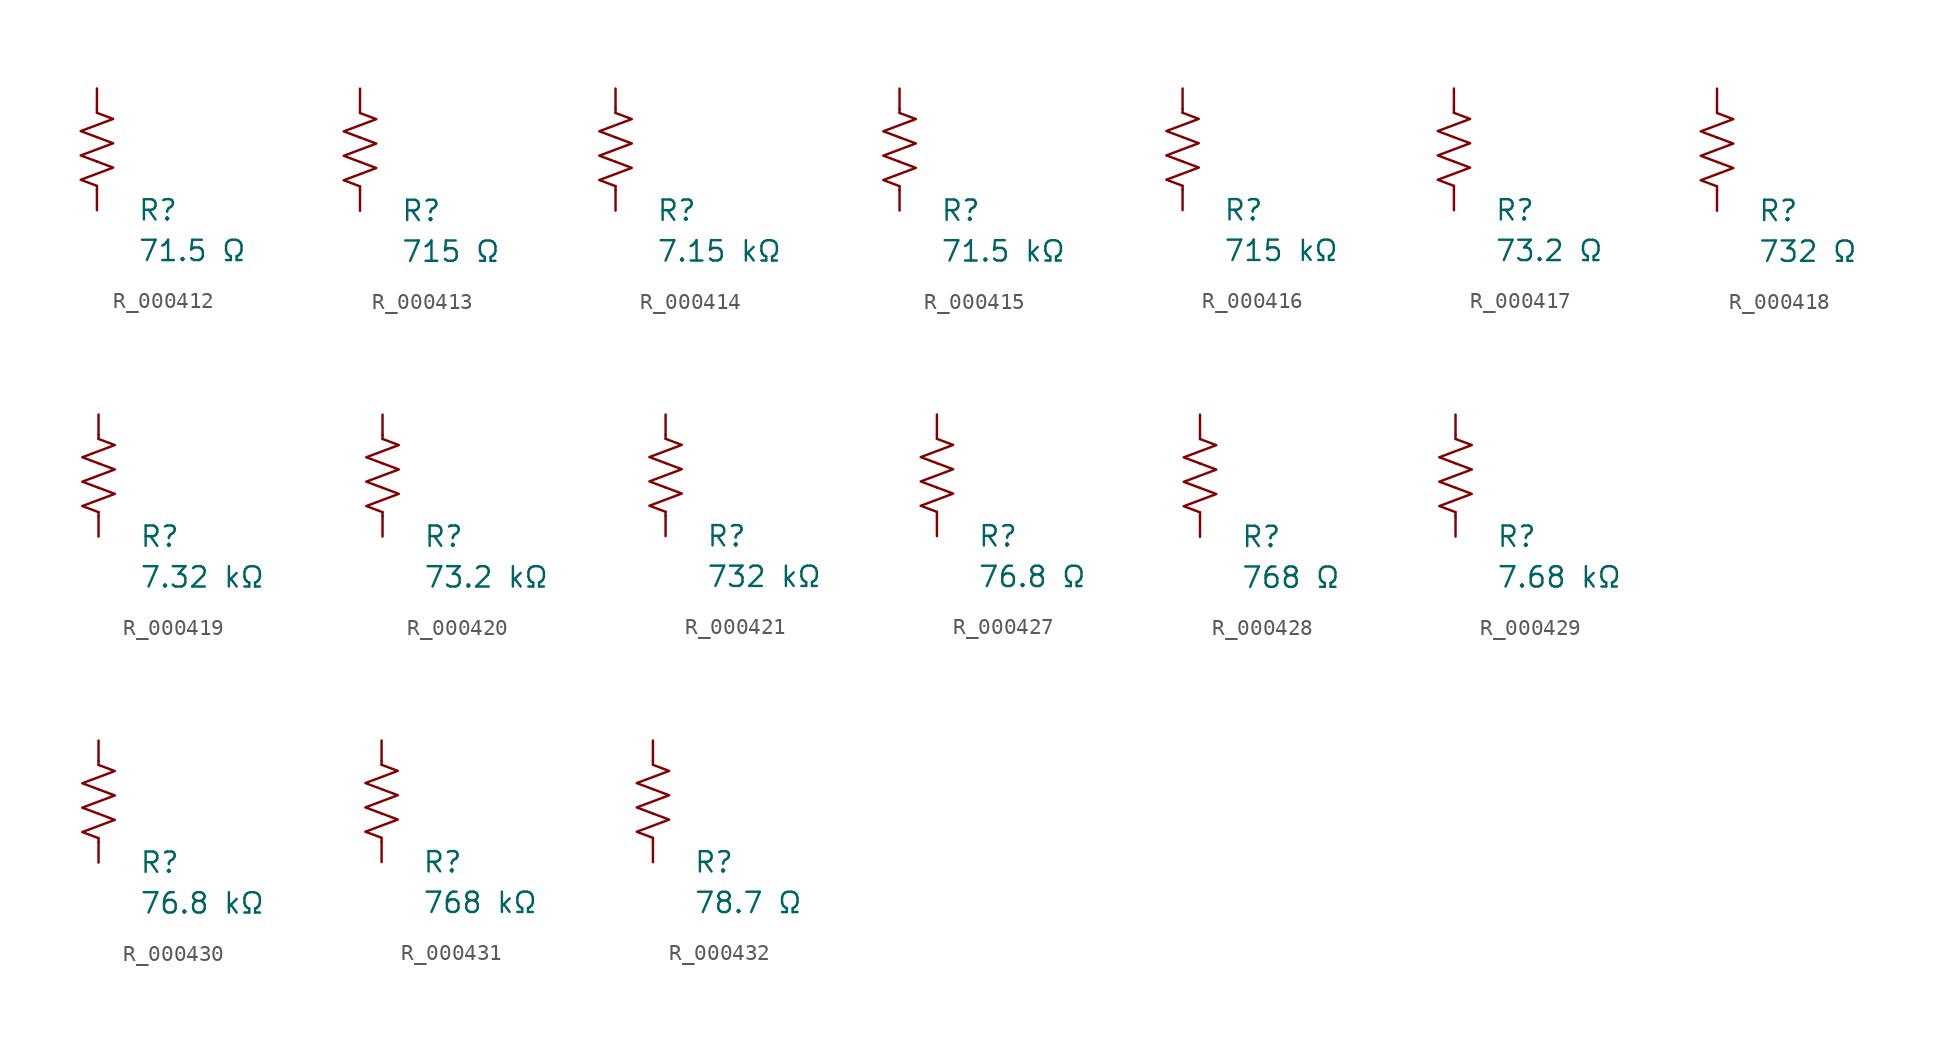
<source format=kicad_sym>
(kicad_symbol_lib
  (version 20231120)
  (generator "kicad_symbol_editor")
  (generator_version "8.0")
  (symbol "R_000412"
    (pin_numbers hide)
    (pin_names
      (offset 0))
    (property "Reference" "R"
      (at 2.54 -3.81 0)
      (effects (font (size 1.27 1.27)) (justify left))
      (show_name no))
    (property "Value" "71.5 Ω"
      (at 2.54 -6.35 0)
      (effects (font (size 1.27 1.27)) (justify left))
      (show_name no))
    (symbol "R_000412_0_1"
      (polyline (pts (xy 0 -2.286) (xy 0 -2.54)) (stroke (width 0) (type default)) (fill (type none)))
      (polyline (pts (xy 0 2.286) (xy 0 2.54)) (stroke (width 0) (type default)) (fill (type none)))
      (polyline (pts (xy 0 -0.762) (xy 1.016 -1.143) (xy 0 -1.524) (xy -1.016 -1.905) (xy 0 -2.286)) (stroke (width 0) (type default)) (fill (type none)))
      (polyline (pts (xy 0 0.762) (xy 1.016 0.381) (xy 0 0) (xy -1.016 -0.381) (xy 0 -0.762)) (stroke (width 0) (type default)) (fill (type none)))
      (polyline (pts (xy 0 2.286) (xy 1.016 1.905) (xy 0 1.524) (xy -1.016 1.143) (xy 0 0.762)) (stroke (width 0) (type default)) (fill (type none))))
    (symbol "R_000412_1_1"
      (pin passive line (at 0 3.81 270) (length 1.27) (name "~" (effects (font (size 1.27 1.27)))) (number "1" (effects (font (size 1.27 1.27)))))
      (pin passive line (at 0 -3.81 90) (length 1.27) (name "~" (effects (font (size 1.27 1.27)))) (number "2" (effects (font (size 1.27 1.27)))))))
  (symbol "R_000413"
    (pin_numbers hide)
    (pin_names
      (offset 0))
    (property "Reference" "R"
      (at 2.54 -3.81 0)
      (effects (font (size 1.27 1.27)) (justify left))
      (show_name no))
    (property "Value" "715 Ω"
      (at 2.54 -6.35 0)
      (effects (font (size 1.27 1.27)) (justify left))
      (show_name no))
    (symbol "R_000413_0_1"
      (polyline (pts (xy 0 -2.286) (xy 0 -2.54)) (stroke (width 0) (type default)) (fill (type none)))
      (polyline (pts (xy 0 2.286) (xy 0 2.54)) (stroke (width 0) (type default)) (fill (type none)))
      (polyline (pts (xy 0 -0.762) (xy 1.016 -1.143) (xy 0 -1.524) (xy -1.016 -1.905) (xy 0 -2.286)) (stroke (width 0) (type default)) (fill (type none)))
      (polyline (pts (xy 0 0.762) (xy 1.016 0.381) (xy 0 0) (xy -1.016 -0.381) (xy 0 -0.762)) (stroke (width 0) (type default)) (fill (type none)))
      (polyline (pts (xy 0 2.286) (xy 1.016 1.905) (xy 0 1.524) (xy -1.016 1.143) (xy 0 0.762)) (stroke (width 0) (type default)) (fill (type none))))
    (symbol "R_000413_1_1"
      (pin passive line (at 0 3.81 270) (length 1.27) (name "~" (effects (font (size 1.27 1.27)))) (number "1" (effects (font (size 1.27 1.27)))))
      (pin passive line (at 0 -3.81 90) (length 1.27) (name "~" (effects (font (size 1.27 1.27)))) (number "2" (effects (font (size 1.27 1.27)))))))
  (symbol "R_000414"
    (pin_numbers hide)
    (pin_names
      (offset 0))
    (property "Reference" "R"
      (at 2.54 -3.81 0)
      (effects (font (size 1.27 1.27)) (justify left))
      (show_name no))
    (property "Value" "7.15 kΩ"
      (at 2.54 -6.35 0)
      (effects (font (size 1.27 1.27)) (justify left))
      (show_name no))
    (symbol "R_000414_0_1"
      (polyline (pts (xy 0 -2.286) (xy 0 -2.54)) (stroke (width 0) (type default)) (fill (type none)))
      (polyline (pts (xy 0 2.286) (xy 0 2.54)) (stroke (width 0) (type default)) (fill (type none)))
      (polyline (pts (xy 0 -0.762) (xy 1.016 -1.143) (xy 0 -1.524) (xy -1.016 -1.905) (xy 0 -2.286)) (stroke (width 0) (type default)) (fill (type none)))
      (polyline (pts (xy 0 0.762) (xy 1.016 0.381) (xy 0 0) (xy -1.016 -0.381) (xy 0 -0.762)) (stroke (width 0) (type default)) (fill (type none)))
      (polyline (pts (xy 0 2.286) (xy 1.016 1.905) (xy 0 1.524) (xy -1.016 1.143) (xy 0 0.762)) (stroke (width 0) (type default)) (fill (type none))))
    (symbol "R_000414_1_1"
      (pin passive line (at 0 3.81 270) (length 1.27) (name "~" (effects (font (size 1.27 1.27)))) (number "1" (effects (font (size 1.27 1.27)))))
      (pin passive line (at 0 -3.81 90) (length 1.27) (name "~" (effects (font (size 1.27 1.27)))) (number "2" (effects (font (size 1.27 1.27)))))))
  (symbol "R_000415"
    (pin_numbers hide)
    (pin_names
      (offset 0))
    (property "Reference" "R"
      (at 2.54 -3.81 0)
      (effects (font (size 1.27 1.27)) (justify left))
      (show_name no))
    (property "Value" "71.5 kΩ"
      (at 2.54 -6.35 0)
      (effects (font (size 1.27 1.27)) (justify left))
      (show_name no))
    (symbol "R_000415_0_1"
      (polyline (pts (xy 0 -2.286) (xy 0 -2.54)) (stroke (width 0) (type default)) (fill (type none)))
      (polyline (pts (xy 0 2.286) (xy 0 2.54)) (stroke (width 0) (type default)) (fill (type none)))
      (polyline (pts (xy 0 -0.762) (xy 1.016 -1.143) (xy 0 -1.524) (xy -1.016 -1.905) (xy 0 -2.286)) (stroke (width 0) (type default)) (fill (type none)))
      (polyline (pts (xy 0 0.762) (xy 1.016 0.381) (xy 0 0) (xy -1.016 -0.381) (xy 0 -0.762)) (stroke (width 0) (type default)) (fill (type none)))
      (polyline (pts (xy 0 2.286) (xy 1.016 1.905) (xy 0 1.524) (xy -1.016 1.143) (xy 0 0.762)) (stroke (width 0) (type default)) (fill (type none))))
    (symbol "R_000415_1_1"
      (pin passive line (at 0 3.81 270) (length 1.27) (name "~" (effects (font (size 1.27 1.27)))) (number "1" (effects (font (size 1.27 1.27)))))
      (pin passive line (at 0 -3.81 90) (length 1.27) (name "~" (effects (font (size 1.27 1.27)))) (number "2" (effects (font (size 1.27 1.27)))))))
  (symbol "R_000416"
    (pin_numbers hide)
    (pin_names
      (offset 0))
    (property "Reference" "R"
      (at 2.54 -3.81 0)
      (effects (font (size 1.27 1.27)) (justify left))
      (show_name no))
    (property "Value" "715 kΩ"
      (at 2.54 -6.35 0)
      (effects (font (size 1.27 1.27)) (justify left))
      (show_name no))
    (symbol "R_000416_0_1"
      (polyline (pts (xy 0 -2.286) (xy 0 -2.54)) (stroke (width 0) (type default)) (fill (type none)))
      (polyline (pts (xy 0 2.286) (xy 0 2.54)) (stroke (width 0) (type default)) (fill (type none)))
      (polyline (pts (xy 0 -0.762) (xy 1.016 -1.143) (xy 0 -1.524) (xy -1.016 -1.905) (xy 0 -2.286)) (stroke (width 0) (type default)) (fill (type none)))
      (polyline (pts (xy 0 0.762) (xy 1.016 0.381) (xy 0 0) (xy -1.016 -0.381) (xy 0 -0.762)) (stroke (width 0) (type default)) (fill (type none)))
      (polyline (pts (xy 0 2.286) (xy 1.016 1.905) (xy 0 1.524) (xy -1.016 1.143) (xy 0 0.762)) (stroke (width 0) (type default)) (fill (type none))))
    (symbol "R_000416_1_1"
      (pin passive line (at 0 3.81 270) (length 1.27) (name "~" (effects (font (size 1.27 1.27)))) (number "1" (effects (font (size 1.27 1.27)))))
      (pin passive line (at 0 -3.81 90) (length 1.27) (name "~" (effects (font (size 1.27 1.27)))) (number "2" (effects (font (size 1.27 1.27)))))))
  (symbol "R_000417"
    (pin_numbers hide)
    (pin_names
      (offset 0))
    (property "Reference" "R"
      (at 2.54 -3.81 0)
      (effects (font (size 1.27 1.27)) (justify left))
      (show_name no))
    (property "Value" "73.2 Ω"
      (at 2.54 -6.35 0)
      (effects (font (size 1.27 1.27)) (justify left))
      (show_name no))
    (symbol "R_000417_0_1"
      (polyline (pts (xy 0 -2.286) (xy 0 -2.54)) (stroke (width 0) (type default)) (fill (type none)))
      (polyline (pts (xy 0 2.286) (xy 0 2.54)) (stroke (width 0) (type default)) (fill (type none)))
      (polyline (pts (xy 0 -0.762) (xy 1.016 -1.143) (xy 0 -1.524) (xy -1.016 -1.905) (xy 0 -2.286)) (stroke (width 0) (type default)) (fill (type none)))
      (polyline (pts (xy 0 0.762) (xy 1.016 0.381) (xy 0 0) (xy -1.016 -0.381) (xy 0 -0.762)) (stroke (width 0) (type default)) (fill (type none)))
      (polyline (pts (xy 0 2.286) (xy 1.016 1.905) (xy 0 1.524) (xy -1.016 1.143) (xy 0 0.762)) (stroke (width 0) (type default)) (fill (type none))))
    (symbol "R_000417_1_1"
      (pin passive line (at 0 3.81 270) (length 1.27) (name "~" (effects (font (size 1.27 1.27)))) (number "1" (effects (font (size 1.27 1.27)))))
      (pin passive line (at 0 -3.81 90) (length 1.27) (name "~" (effects (font (size 1.27 1.27)))) (number "2" (effects (font (size 1.27 1.27)))))))
  (symbol "R_000418"
    (pin_numbers hide)
    (pin_names
      (offset 0))
    (property "Reference" "R"
      (at 2.54 -3.81 0)
      (effects (font (size 1.27 1.27)) (justify left))
      (show_name no))
    (property "Value" "732 Ω"
      (at 2.54 -6.35 0)
      (effects (font (size 1.27 1.27)) (justify left))
      (show_name no))
    (symbol "R_000418_0_1"
      (polyline (pts (xy 0 -2.286) (xy 0 -2.54)) (stroke (width 0) (type default)) (fill (type none)))
      (polyline (pts (xy 0 2.286) (xy 0 2.54)) (stroke (width 0) (type default)) (fill (type none)))
      (polyline (pts (xy 0 -0.762) (xy 1.016 -1.143) (xy 0 -1.524) (xy -1.016 -1.905) (xy 0 -2.286)) (stroke (width 0) (type default)) (fill (type none)))
      (polyline (pts (xy 0 0.762) (xy 1.016 0.381) (xy 0 0) (xy -1.016 -0.381) (xy 0 -0.762)) (stroke (width 0) (type default)) (fill (type none)))
      (polyline (pts (xy 0 2.286) (xy 1.016 1.905) (xy 0 1.524) (xy -1.016 1.143) (xy 0 0.762)) (stroke (width 0) (type default)) (fill (type none))))
    (symbol "R_000418_1_1"
      (pin passive line (at 0 3.81 270) (length 1.27) (name "~" (effects (font (size 1.27 1.27)))) (number "1" (effects (font (size 1.27 1.27)))))
      (pin passive line (at 0 -3.81 90) (length 1.27) (name "~" (effects (font (size 1.27 1.27)))) (number "2" (effects (font (size 1.27 1.27)))))))
  (symbol "R_000419"
    (pin_numbers hide)
    (pin_names
      (offset 0))
    (property "Reference" "R"
      (at 2.54 -3.81 0)
      (effects (font (size 1.27 1.27)) (justify left))
      (show_name no))
    (property "Value" "7.32 kΩ"
      (at 2.54 -6.35 0)
      (effects (font (size 1.27 1.27)) (justify left))
      (show_name no))
    (symbol "R_000419_0_1"
      (polyline (pts (xy 0 -2.286) (xy 0 -2.54)) (stroke (width 0) (type default)) (fill (type none)))
      (polyline (pts (xy 0 2.286) (xy 0 2.54)) (stroke (width 0) (type default)) (fill (type none)))
      (polyline (pts (xy 0 -0.762) (xy 1.016 -1.143) (xy 0 -1.524) (xy -1.016 -1.905) (xy 0 -2.286)) (stroke (width 0) (type default)) (fill (type none)))
      (polyline (pts (xy 0 0.762) (xy 1.016 0.381) (xy 0 0) (xy -1.016 -0.381) (xy 0 -0.762)) (stroke (width 0) (type default)) (fill (type none)))
      (polyline (pts (xy 0 2.286) (xy 1.016 1.905) (xy 0 1.524) (xy -1.016 1.143) (xy 0 0.762)) (stroke (width 0) (type default)) (fill (type none))))
    (symbol "R_000419_1_1"
      (pin passive line (at 0 3.81 270) (length 1.27) (name "~" (effects (font (size 1.27 1.27)))) (number "1" (effects (font (size 1.27 1.27)))))
      (pin passive line (at 0 -3.81 90) (length 1.27) (name "~" (effects (font (size 1.27 1.27)))) (number "2" (effects (font (size 1.27 1.27)))))))
  (symbol "R_000420"
    (pin_numbers hide)
    (pin_names
      (offset 0))
    (property "Reference" "R"
      (at 2.54 -3.81 0)
      (effects (font (size 1.27 1.27)) (justify left))
      (show_name no))
    (property "Value" "73.2 kΩ"
      (at 2.54 -6.35 0)
      (effects (font (size 1.27 1.27)) (justify left))
      (show_name no))
    (symbol "R_000420_0_1"
      (polyline (pts (xy 0 -2.286) (xy 0 -2.54)) (stroke (width 0) (type default)) (fill (type none)))
      (polyline (pts (xy 0 2.286) (xy 0 2.54)) (stroke (width 0) (type default)) (fill (type none)))
      (polyline (pts (xy 0 -0.762) (xy 1.016 -1.143) (xy 0 -1.524) (xy -1.016 -1.905) (xy 0 -2.286)) (stroke (width 0) (type default)) (fill (type none)))
      (polyline (pts (xy 0 0.762) (xy 1.016 0.381) (xy 0 0) (xy -1.016 -0.381) (xy 0 -0.762)) (stroke (width 0) (type default)) (fill (type none)))
      (polyline (pts (xy 0 2.286) (xy 1.016 1.905) (xy 0 1.524) (xy -1.016 1.143) (xy 0 0.762)) (stroke (width 0) (type default)) (fill (type none))))
    (symbol "R_000420_1_1"
      (pin passive line (at 0 3.81 270) (length 1.27) (name "~" (effects (font (size 1.27 1.27)))) (number "1" (effects (font (size 1.27 1.27)))))
      (pin passive line (at 0 -3.81 90) (length 1.27) (name "~" (effects (font (size 1.27 1.27)))) (number "2" (effects (font (size 1.27 1.27)))))))
  (symbol "R_000421"
    (pin_numbers hide)
    (pin_names
      (offset 0))
    (property "Reference" "R"
      (at 2.54 -3.81 0)
      (effects (font (size 1.27 1.27)) (justify left))
      (show_name no))
    (property "Value" "732 kΩ"
      (at 2.54 -6.35 0)
      (effects (font (size 1.27 1.27)) (justify left))
      (show_name no))
    (symbol "R_000421_0_1"
      (polyline (pts (xy 0 -2.286) (xy 0 -2.54)) (stroke (width 0) (type default)) (fill (type none)))
      (polyline (pts (xy 0 2.286) (xy 0 2.54)) (stroke (width 0) (type default)) (fill (type none)))
      (polyline (pts (xy 0 -0.762) (xy 1.016 -1.143) (xy 0 -1.524) (xy -1.016 -1.905) (xy 0 -2.286)) (stroke (width 0) (type default)) (fill (type none)))
      (polyline (pts (xy 0 0.762) (xy 1.016 0.381) (xy 0 0) (xy -1.016 -0.381) (xy 0 -0.762)) (stroke (width 0) (type default)) (fill (type none)))
      (polyline (pts (xy 0 2.286) (xy 1.016 1.905) (xy 0 1.524) (xy -1.016 1.143) (xy 0 0.762)) (stroke (width 0) (type default)) (fill (type none))))
    (symbol "R_000421_1_1"
      (pin passive line (at 0 3.81 270) (length 1.27) (name "~" (effects (font (size 1.27 1.27)))) (number "1" (effects (font (size 1.27 1.27)))))
      (pin passive line (at 0 -3.81 90) (length 1.27) (name "~" (effects (font (size 1.27 1.27)))) (number "2" (effects (font (size 1.27 1.27)))))))
  (symbol "R_000427"
    (pin_numbers hide)
    (pin_names
      (offset 0))
    (property "Reference" "R"
      (at 2.54 -3.81 0)
      (effects (font (size 1.27 1.27)) (justify left))
      (show_name no))
    (property "Value" "76.8 Ω"
      (at 2.54 -6.35 0)
      (effects (font (size 1.27 1.27)) (justify left))
      (show_name no))
    (symbol "R_000427_0_1"
      (polyline (pts (xy 0 -2.286) (xy 0 -2.54)) (stroke (width 0) (type default)) (fill (type none)))
      (polyline (pts (xy 0 2.286) (xy 0 2.54)) (stroke (width 0) (type default)) (fill (type none)))
      (polyline (pts (xy 0 -0.762) (xy 1.016 -1.143) (xy 0 -1.524) (xy -1.016 -1.905) (xy 0 -2.286)) (stroke (width 0) (type default)) (fill (type none)))
      (polyline (pts (xy 0 0.762) (xy 1.016 0.381) (xy 0 0) (xy -1.016 -0.381) (xy 0 -0.762)) (stroke (width 0) (type default)) (fill (type none)))
      (polyline (pts (xy 0 2.286) (xy 1.016 1.905) (xy 0 1.524) (xy -1.016 1.143) (xy 0 0.762)) (stroke (width 0) (type default)) (fill (type none))))
    (symbol "R_000427_1_1"
      (pin passive line (at 0 3.81 270) (length 1.27) (name "~" (effects (font (size 1.27 1.27)))) (number "1" (effects (font (size 1.27 1.27)))))
      (pin passive line (at 0 -3.81 90) (length 1.27) (name "~" (effects (font (size 1.27 1.27)))) (number "2" (effects (font (size 1.27 1.27)))))))
  (symbol "R_000428"
    (pin_numbers hide)
    (pin_names
      (offset 0))
    (property "Reference" "R"
      (at 2.54 -3.81 0)
      (effects (font (size 1.27 1.27)) (justify left))
      (show_name no))
    (property "Value" "768 Ω"
      (at 2.54 -6.35 0)
      (effects (font (size 1.27 1.27)) (justify left))
      (show_name no))
    (symbol "R_000428_0_1"
      (polyline (pts (xy 0 -2.286) (xy 0 -2.54)) (stroke (width 0) (type default)) (fill (type none)))
      (polyline (pts (xy 0 2.286) (xy 0 2.54)) (stroke (width 0) (type default)) (fill (type none)))
      (polyline (pts (xy 0 -0.762) (xy 1.016 -1.143) (xy 0 -1.524) (xy -1.016 -1.905) (xy 0 -2.286)) (stroke (width 0) (type default)) (fill (type none)))
      (polyline (pts (xy 0 0.762) (xy 1.016 0.381) (xy 0 0) (xy -1.016 -0.381) (xy 0 -0.762)) (stroke (width 0) (type default)) (fill (type none)))
      (polyline (pts (xy 0 2.286) (xy 1.016 1.905) (xy 0 1.524) (xy -1.016 1.143) (xy 0 0.762)) (stroke (width 0) (type default)) (fill (type none))))
    (symbol "R_000428_1_1"
      (pin passive line (at 0 3.81 270) (length 1.27) (name "~" (effects (font (size 1.27 1.27)))) (number "1" (effects (font (size 1.27 1.27)))))
      (pin passive line (at 0 -3.81 90) (length 1.27) (name "~" (effects (font (size 1.27 1.27)))) (number "2" (effects (font (size 1.27 1.27)))))))
  (symbol "R_000429"
    (pin_numbers hide)
    (pin_names
      (offset 0))
    (property "Reference" "R"
      (at 2.54 -3.81 0)
      (effects (font (size 1.27 1.27)) (justify left))
      (show_name no))
    (property "Value" "7.68 kΩ"
      (at 2.54 -6.35 0)
      (effects (font (size 1.27 1.27)) (justify left))
      (show_name no))
    (symbol "R_000429_0_1"
      (polyline (pts (xy 0 -2.286) (xy 0 -2.54)) (stroke (width 0) (type default)) (fill (type none)))
      (polyline (pts (xy 0 2.286) (xy 0 2.54)) (stroke (width 0) (type default)) (fill (type none)))
      (polyline (pts (xy 0 -0.762) (xy 1.016 -1.143) (xy 0 -1.524) (xy -1.016 -1.905) (xy 0 -2.286)) (stroke (width 0) (type default)) (fill (type none)))
      (polyline (pts (xy 0 0.762) (xy 1.016 0.381) (xy 0 0) (xy -1.016 -0.381) (xy 0 -0.762)) (stroke (width 0) (type default)) (fill (type none)))
      (polyline (pts (xy 0 2.286) (xy 1.016 1.905) (xy 0 1.524) (xy -1.016 1.143) (xy 0 0.762)) (stroke (width 0) (type default)) (fill (type none))))
    (symbol "R_000429_1_1"
      (pin passive line (at 0 3.81 270) (length 1.27) (name "~" (effects (font (size 1.27 1.27)))) (number "1" (effects (font (size 1.27 1.27)))))
      (pin passive line (at 0 -3.81 90) (length 1.27) (name "~" (effects (font (size 1.27 1.27)))) (number "2" (effects (font (size 1.27 1.27)))))))
  (symbol "R_000430"
    (pin_numbers hide)
    (pin_names
      (offset 0))
    (property "Reference" "R"
      (at 2.54 -3.81 0)
      (effects (font (size 1.27 1.27)) (justify left))
      (show_name no))
    (property "Value" "76.8 kΩ"
      (at 2.54 -6.35 0)
      (effects (font (size 1.27 1.27)) (justify left))
      (show_name no))
    (symbol "R_000430_0_1"
      (polyline (pts (xy 0 -2.286) (xy 0 -2.54)) (stroke (width 0) (type default)) (fill (type none)))
      (polyline (pts (xy 0 2.286) (xy 0 2.54)) (stroke (width 0) (type default)) (fill (type none)))
      (polyline (pts (xy 0 -0.762) (xy 1.016 -1.143) (xy 0 -1.524) (xy -1.016 -1.905) (xy 0 -2.286)) (stroke (width 0) (type default)) (fill (type none)))
      (polyline (pts (xy 0 0.762) (xy 1.016 0.381) (xy 0 0) (xy -1.016 -0.381) (xy 0 -0.762)) (stroke (width 0) (type default)) (fill (type none)))
      (polyline (pts (xy 0 2.286) (xy 1.016 1.905) (xy 0 1.524) (xy -1.016 1.143) (xy 0 0.762)) (stroke (width 0) (type default)) (fill (type none))))
    (symbol "R_000430_1_1"
      (pin passive line (at 0 3.81 270) (length 1.27) (name "~" (effects (font (size 1.27 1.27)))) (number "1" (effects (font (size 1.27 1.27)))))
      (pin passive line (at 0 -3.81 90) (length 1.27) (name "~" (effects (font (size 1.27 1.27)))) (number "2" (effects (font (size 1.27 1.27)))))))
  (symbol "R_000431"
    (pin_numbers hide)
    (pin_names
      (offset 0))
    (property "Reference" "R"
      (at 2.54 -3.81 0)
      (effects (font (size 1.27 1.27)) (justify left))
      (show_name no))
    (property "Value" "768 kΩ"
      (at 2.54 -6.35 0)
      (effects (font (size 1.27 1.27)) (justify left))
      (show_name no))
    (symbol "R_000431_0_1"
      (polyline (pts (xy 0 -2.286) (xy 0 -2.54)) (stroke (width 0) (type default)) (fill (type none)))
      (polyline (pts (xy 0 2.286) (xy 0 2.54)) (stroke (width 0) (type default)) (fill (type none)))
      (polyline (pts (xy 0 -0.762) (xy 1.016 -1.143) (xy 0 -1.524) (xy -1.016 -1.905) (xy 0 -2.286)) (stroke (width 0) (type default)) (fill (type none)))
      (polyline (pts (xy 0 0.762) (xy 1.016 0.381) (xy 0 0) (xy -1.016 -0.381) (xy 0 -0.762)) (stroke (width 0) (type default)) (fill (type none)))
      (polyline (pts (xy 0 2.286) (xy 1.016 1.905) (xy 0 1.524) (xy -1.016 1.143) (xy 0 0.762)) (stroke (width 0) (type default)) (fill (type none))))
    (symbol "R_000431_1_1"
      (pin passive line (at 0 3.81 270) (length 1.27) (name "~" (effects (font (size 1.27 1.27)))) (number "1" (effects (font (size 1.27 1.27)))))
      (pin passive line (at 0 -3.81 90) (length 1.27) (name "~" (effects (font (size 1.27 1.27)))) (number "2" (effects (font (size 1.27 1.27)))))))
  (symbol "R_000432"
    (pin_numbers hide)
    (pin_names
      (offset 0))
    (property "Reference" "R"
      (at 2.54 -3.81 0)
      (effects (font (size 1.27 1.27)) (justify left))
      (show_name no))
    (property "Value" "78.7 Ω"
      (at 2.54 -6.35 0)
      (effects (font (size 1.27 1.27)) (justify left))
      (show_name no))
    (symbol "R_000432_0_1"
      (polyline (pts (xy 0 -2.286) (xy 0 -2.54)) (stroke (width 0) (type default)) (fill (type none)))
      (polyline (pts (xy 0 2.286) (xy 0 2.54)) (stroke (width 0) (type default)) (fill (type none)))
      (polyline (pts (xy 0 -0.762) (xy 1.016 -1.143) (xy 0 -1.524) (xy -1.016 -1.905) (xy 0 -2.286)) (stroke (width 0) (type default)) (fill (type none)))
      (polyline (pts (xy 0 0.762) (xy 1.016 0.381) (xy 0 0) (xy -1.016 -0.381) (xy 0 -0.762)) (stroke (width 0) (type default)) (fill (type none)))
      (polyline (pts (xy 0 2.286) (xy 1.016 1.905) (xy 0 1.524) (xy -1.016 1.143) (xy 0 0.762)) (stroke (width 0) (type default)) (fill (type none))))
    (symbol "R_000432_1_1"
      (pin passive line (at 0 3.81 270) (length 1.27) (name "~" (effects (font (size 1.27 1.27)))) (number "1" (effects (font (size 1.27 1.27)))))
      (pin passive line (at 0 -3.81 90) (length 1.27) (name "~" (effects (font (size 1.27 1.27)))) (number "2" (effects (font (size 1.27 1.27))))))))
</source>
